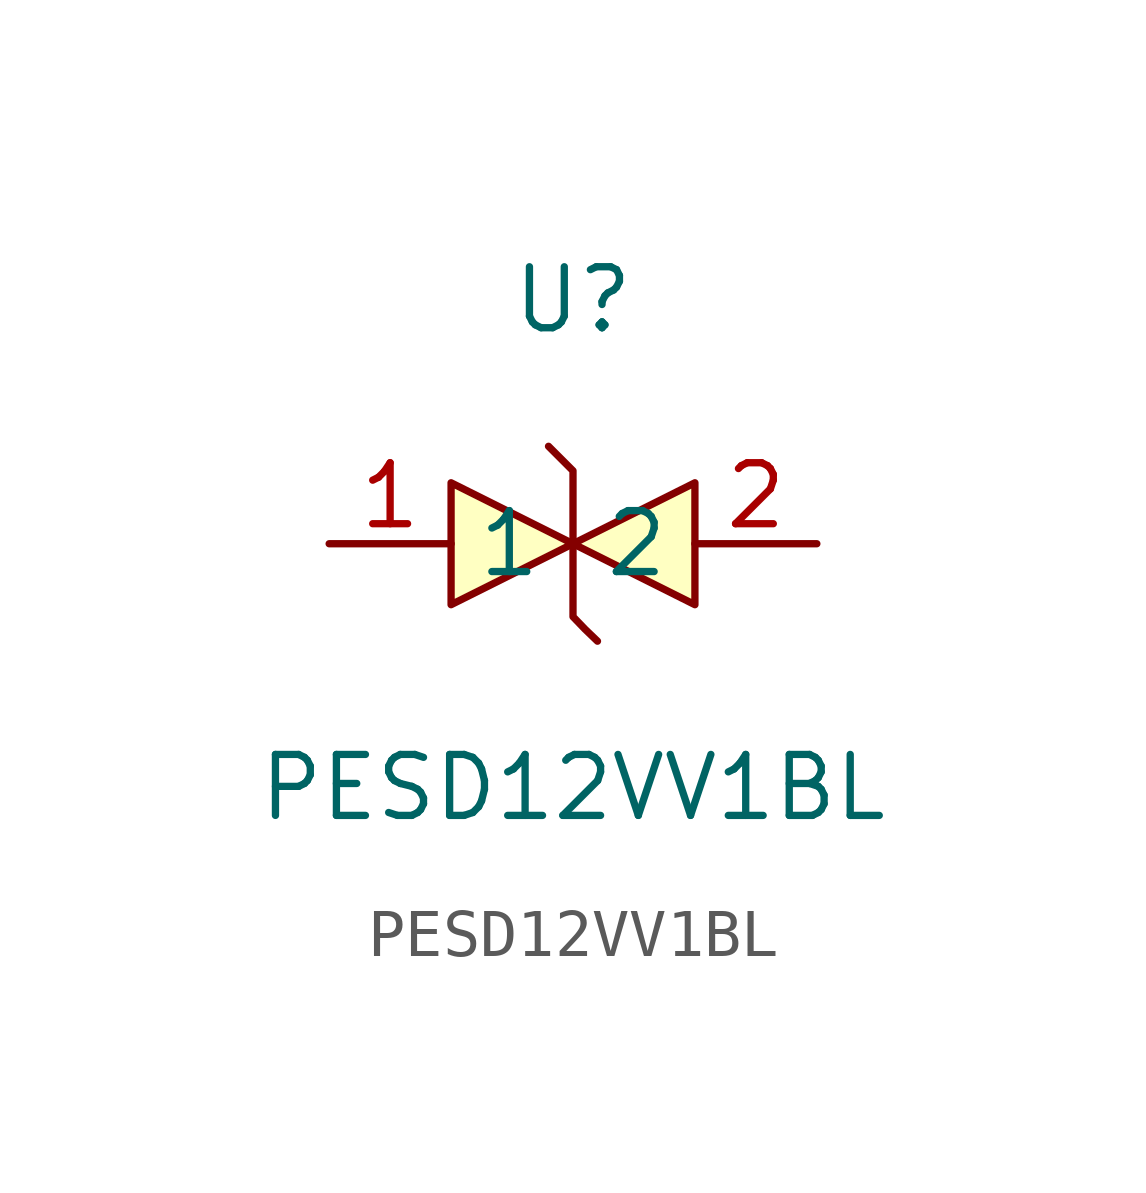
<source format=kicad_sym>
(kicad_symbol_lib
  (version 1)
  (generator "faebryk")
  (symbol "PESD12VV1BL"
    (property "Reference" "U"
      (at 0 5.08 0)
      (effects (font (size 1.27 1.27)) (hide no)))
    (property "Value" "PESD12VV1BL"
      (at 0 -5.08 0)
      (effects (font (size 1.27 1.27)) (hide no)))
    (symbol "PESD12VV1BL_0_1"
      (polyline (stroke (width 0) (type default) (color 0 0 0 0)) (fill (type none)) (pts (xy -0.51 2.03) (xy -0.51 2.03) (xy 0 1.52) (xy 0 -1.52) (xy 0.25 -1.78) (xy 0.51 -2.03)))
      (polyline (stroke (width 0) (type default) (color 0 0 0 0)) (fill (type background)) (pts (xy 2.54 1.27) (xy 0 0) (xy 2.54 -1.27) (xy 2.54 1.27)))
      (polyline (stroke (width 0) (type default) (color 0 0 0 0)) (fill (type background)) (pts (xy -2.54 1.27) (xy 0 0) (xy -2.54 -1.27) (xy -2.54 1.27)))
      (pin unspecified line (at -5.08 0 0) (length 2.54) (name "1" (effects (font (size 1.27 1.27)) (hide no))) (number "1" (effects (font (size 1.27 1.27)) (hide no))))
      (pin unspecified line (at 5.08 0 180) (length 2.54) (name "2" (effects (font (size 1.27 1.27)) (hide no))) (number "2" (effects (font (size 1.27 1.27)) (hide no)))))))
</source>
